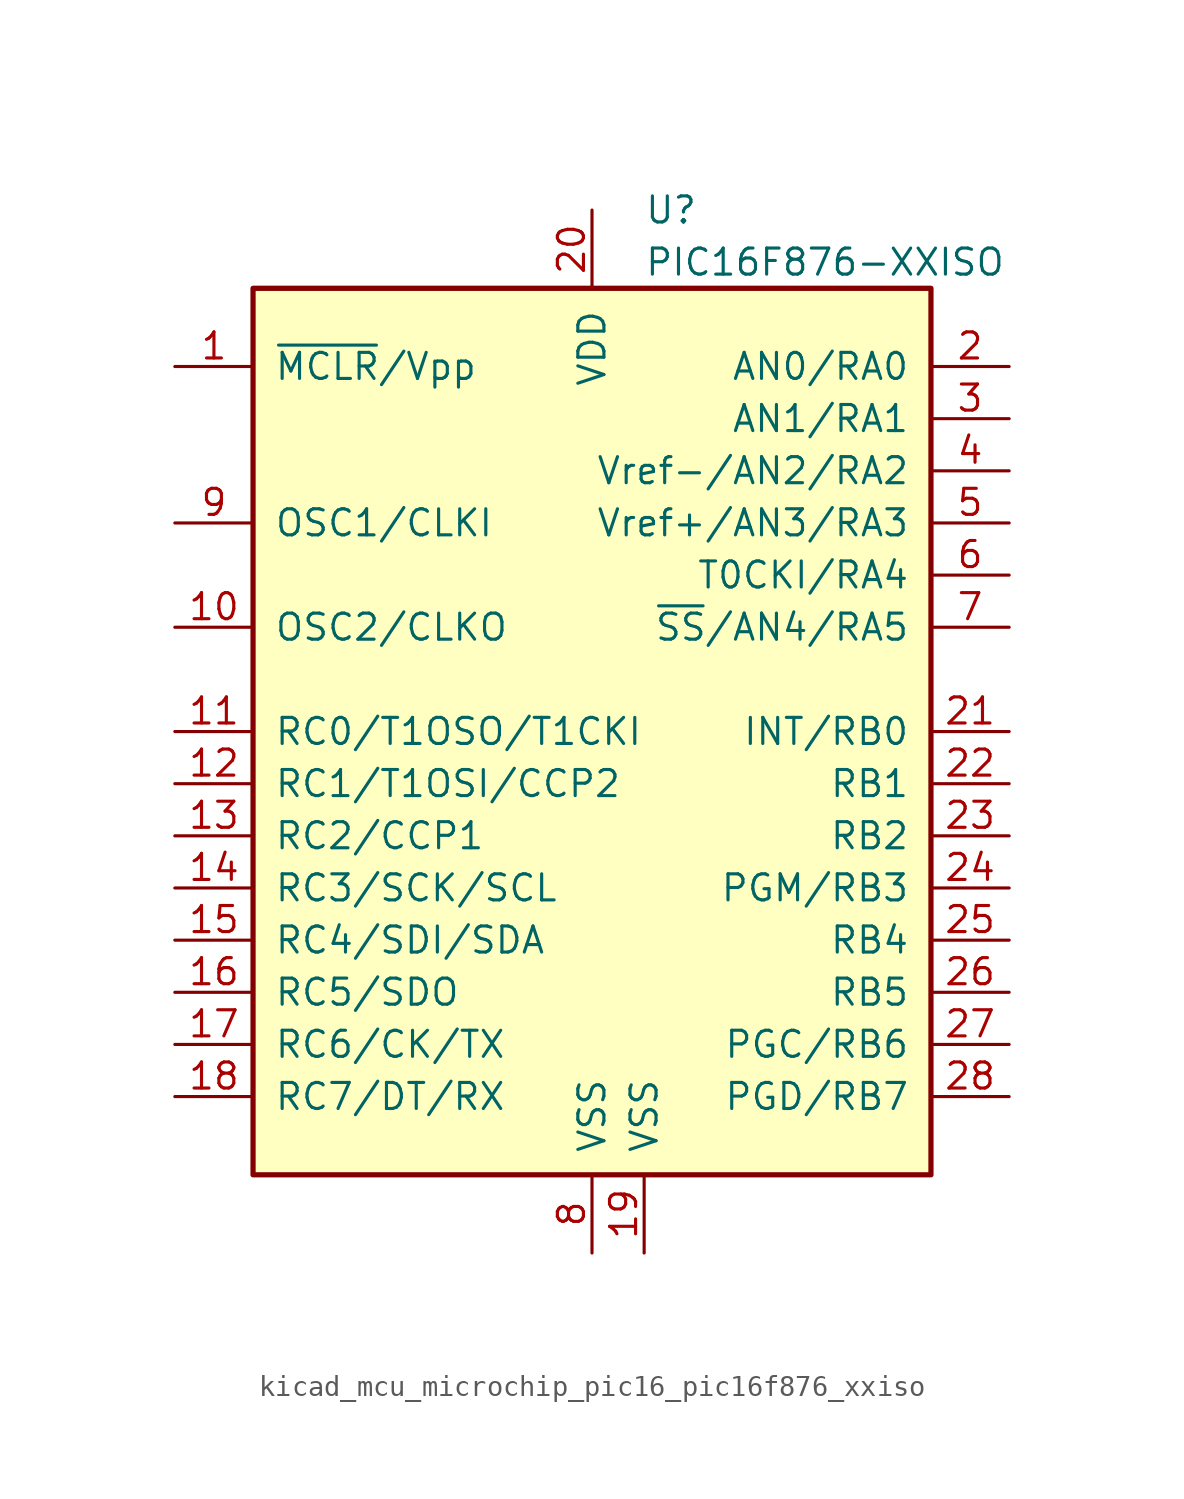
<source format=kicad_sym>
(kicad_symbol_lib
  (version 20220914)
  (generator kicad_symbol_editor)
  (symbol "kicad_mcu_microchip_pic16_pic16f876_xxiso"
    (pin_names
      (offset 1.016))
    (property "Reference" "U"
      (at 2.54 25.4 0)
      (effects (font (size 1.27 1.27)) (justify left)))
    (property "Value" "PIC16F876-XXISO"
      (at 2.54 22.86 0)
      (effects (font (size 1.27 1.27)) (justify left)))
    (symbol "kicad_mcu_microchip_pic16_pic16f876_xxiso_0_1"
      (rectangle (start -16.51 21.59) (end 16.51 -21.59) (stroke (width 0.254) (type default)) (fill (type background))))
    (symbol "kicad_mcu_microchip_pic16_pic16f876_xxiso_1_1"
      (pin input line (at -20.32 17.78 0) (length 3.81) (name "~{MCLR}/Vpp" (effects (font (size 1.27 1.27)))) (number "1" (effects (font (size 1.27 1.27)))))
      (pin output line (at -20.32 5.08 0) (length 3.81) (name "OSC2/CLKO" (effects (font (size 1.27 1.27)))) (number "10" (effects (font (size 1.27 1.27)))))
      (pin bidirectional line (at -20.32 0 0) (length 3.81) (name "RC0/T1OSO/T1CKI" (effects (font (size 1.27 1.27)))) (number "11" (effects (font (size 1.27 1.27)))))
      (pin bidirectional line (at -20.32 -2.54 0) (length 3.81) (name "RC1/T1OSI/CCP2" (effects (font (size 1.27 1.27)))) (number "12" (effects (font (size 1.27 1.27)))))
      (pin bidirectional line (at -20.32 -5.08 0) (length 3.81) (name "RC2/CCP1" (effects (font (size 1.27 1.27)))) (number "13" (effects (font (size 1.27 1.27)))))
      (pin bidirectional line (at -20.32 -7.62 0) (length 3.81) (name "RC3/SCK/SCL" (effects (font (size 1.27 1.27)))) (number "14" (effects (font (size 1.27 1.27)))))
      (pin bidirectional line (at -20.32 -10.16 0) (length 3.81) (name "RC4/SDI/SDA" (effects (font (size 1.27 1.27)))) (number "15" (effects (font (size 1.27 1.27)))))
      (pin bidirectional line (at -20.32 -12.7 0) (length 3.81) (name "RC5/SDO" (effects (font (size 1.27 1.27)))) (number "16" (effects (font (size 1.27 1.27)))))
      (pin bidirectional line (at -20.32 -15.24 0) (length 3.81) (name "RC6/CK/TX" (effects (font (size 1.27 1.27)))) (number "17" (effects (font (size 1.27 1.27)))))
      (pin bidirectional line (at -20.32 -17.78 0) (length 3.81) (name "RC7/DT/RX" (effects (font (size 1.27 1.27)))) (number "18" (effects (font (size 1.27 1.27)))))
      (pin power_in line (at 2.54 -25.4 90) (length 3.81) (name "VSS" (effects (font (size 1.27 1.27)))) (number "19" (effects (font (size 1.27 1.27)))))
      (pin bidirectional line (at 20.32 17.78 180) (length 3.81) (name "AN0/RA0" (effects (font (size 1.27 1.27)))) (number "2" (effects (font (size 1.27 1.27)))))
      (pin power_in line (at 0 25.4 270) (length 3.81) (name "VDD" (effects (font (size 1.27 1.27)))) (number "20" (effects (font (size 1.27 1.27)))))
      (pin bidirectional line (at 20.32 0 180) (length 3.81) (name "INT/RB0" (effects (font (size 1.27 1.27)))) (number "21" (effects (font (size 1.27 1.27)))))
      (pin bidirectional line (at 20.32 -2.54 180) (length 3.81) (name "RB1" (effects (font (size 1.27 1.27)))) (number "22" (effects (font (size 1.27 1.27)))))
      (pin bidirectional line (at 20.32 -5.08 180) (length 3.81) (name "RB2" (effects (font (size 1.27 1.27)))) (number "23" (effects (font (size 1.27 1.27)))))
      (pin bidirectional line (at 20.32 -7.62 180) (length 3.81) (name "PGM/RB3" (effects (font (size 1.27 1.27)))) (number "24" (effects (font (size 1.27 1.27)))))
      (pin bidirectional line (at 20.32 -10.16 180) (length 3.81) (name "RB4" (effects (font (size 1.27 1.27)))) (number "25" (effects (font (size 1.27 1.27)))))
      (pin bidirectional line (at 20.32 -12.7 180) (length 3.81) (name "RB5" (effects (font (size 1.27 1.27)))) (number "26" (effects (font (size 1.27 1.27)))))
      (pin bidirectional line (at 20.32 -15.24 180) (length 3.81) (name "PGC/RB6" (effects (font (size 1.27 1.27)))) (number "27" (effects (font (size 1.27 1.27)))))
      (pin bidirectional line (at 20.32 -17.78 180) (length 3.81) (name "PGD/RB7" (effects (font (size 1.27 1.27)))) (number "28" (effects (font (size 1.27 1.27)))))
      (pin bidirectional line (at 20.32 15.24 180) (length 3.81) (name "AN1/RA1" (effects (font (size 1.27 1.27)))) (number "3" (effects (font (size 1.27 1.27)))))
      (pin bidirectional line (at 20.32 12.7 180) (length 3.81) (name "Vref-/AN2/RA2" (effects (font (size 1.27 1.27)))) (number "4" (effects (font (size 1.27 1.27)))))
      (pin bidirectional line (at 20.32 10.16 180) (length 3.81) (name "Vref+/AN3/RA3" (effects (font (size 1.27 1.27)))) (number "5" (effects (font (size 1.27 1.27)))))
      (pin bidirectional line (at 20.32 7.62 180) (length 3.81) (name "T0CKI/RA4" (effects (font (size 1.27 1.27)))) (number "6" (effects (font (size 1.27 1.27)))))
      (pin bidirectional line (at 20.32 5.08 180) (length 3.81) (name "~{SS}/AN4/RA5" (effects (font (size 1.27 1.27)))) (number "7" (effects (font (size 1.27 1.27)))))
      (pin power_in line (at 0 -25.4 90) (length 3.81) (name "VSS" (effects (font (size 1.27 1.27)))) (number "8" (effects (font (size 1.27 1.27)))))
      (pin input line (at -20.32 10.16 0) (length 3.81) (name "OSC1/CLKI" (effects (font (size 1.27 1.27)))) (number "9" (effects (font (size 1.27 1.27))))))))
</source>
